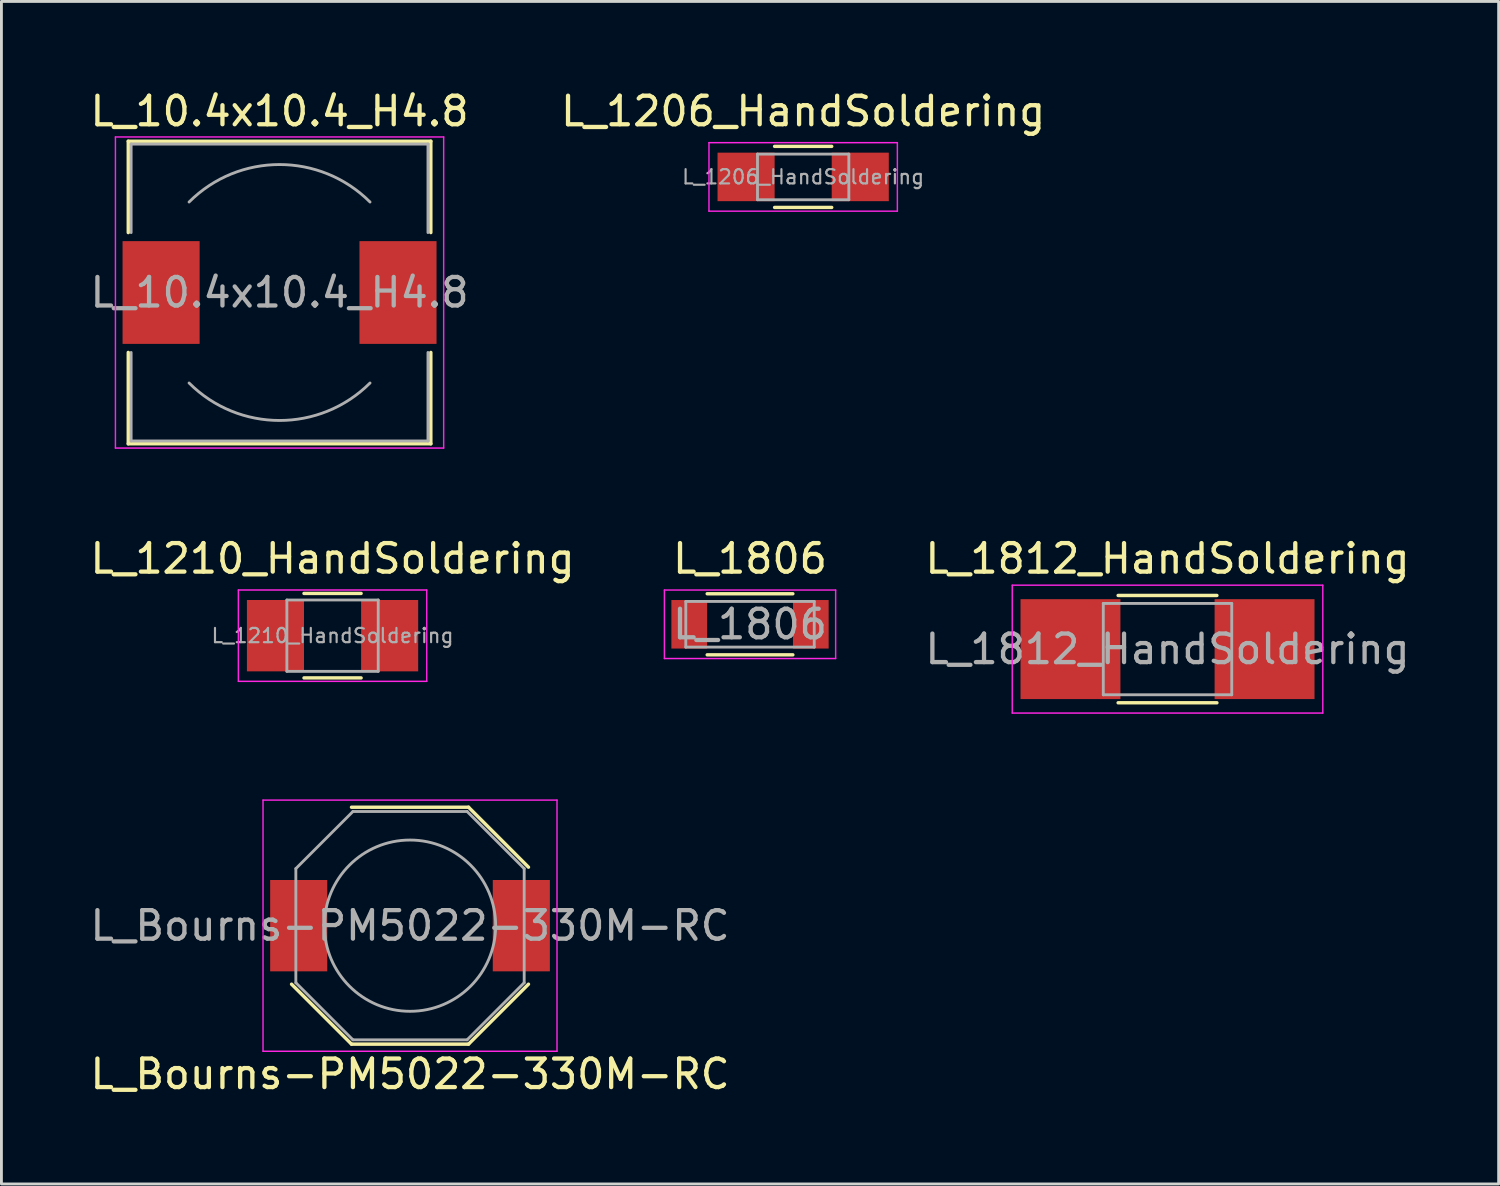
<source format=kicad_pcb>
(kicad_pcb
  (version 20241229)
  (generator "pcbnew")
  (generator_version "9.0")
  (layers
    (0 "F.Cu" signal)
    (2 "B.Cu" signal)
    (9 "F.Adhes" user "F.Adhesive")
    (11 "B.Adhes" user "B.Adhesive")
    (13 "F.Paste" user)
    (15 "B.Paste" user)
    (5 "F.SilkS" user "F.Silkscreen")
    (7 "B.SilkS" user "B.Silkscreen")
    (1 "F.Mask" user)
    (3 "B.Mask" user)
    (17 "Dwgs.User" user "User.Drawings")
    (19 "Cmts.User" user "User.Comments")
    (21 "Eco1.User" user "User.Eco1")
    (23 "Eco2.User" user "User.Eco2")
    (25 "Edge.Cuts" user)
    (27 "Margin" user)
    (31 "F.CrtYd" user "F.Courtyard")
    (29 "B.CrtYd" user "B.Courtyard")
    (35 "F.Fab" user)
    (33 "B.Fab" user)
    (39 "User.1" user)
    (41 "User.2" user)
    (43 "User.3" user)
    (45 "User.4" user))
  (footprint "L_10.4x10.4_H4.8"
    (layer "F.Cu")
    (at 6.744 7.198)
    (property "Reference" "L_10.4x10.4_H4.8" (at 0 -6.35 0) (layer "F.SilkS") (effects (font (size 1 1) (thickness 0.15))))
    (attr smd)
    (fp_line (start -5.3 -5.3) (end 5.3 -5.3) (stroke (width 0.12) (type solid)) (layer "F.SilkS"))
    (fp_line (start -5.3 -2.1) (end -5.3 -5.3) (stroke (width 0.12) (type solid)) (layer "F.SilkS"))
    (fp_line (start -5.3 5.3) (end -5.3 2.1) (stroke (width 0.12) (type solid)) (layer "F.SilkS"))
    (fp_line (start 5.3 -5.3) (end 5.3 -2.1) (stroke (width 0.12) (type solid)) (layer "F.SilkS"))
    (fp_line (start 5.3 2.1) (end 5.3 5.3) (stroke (width 0.12) (type solid)) (layer "F.SilkS"))
    (fp_line (start 5.3 5.3) (end -5.3 5.3) (stroke (width 0.12) (type solid)) (layer "F.SilkS"))
    (fp_line (start -5.75 -5.45) (end -5.75 5.45) (stroke (width 0.05) (type solid)) (layer "F.CrtYd"))
    (fp_line (start -5.75 5.45) (end 5.75 5.45) (stroke (width 0.05) (type solid)) (layer "F.CrtYd"))
    (fp_line (start 5.75 -5.45) (end -5.75 -5.45) (stroke (width 0.05) (type solid)) (layer "F.CrtYd"))
    (fp_line (start 5.75 5.45) (end 5.75 -5.45) (stroke (width 0.05) (type solid)) (layer "F.CrtYd"))
    (fp_line (start -5.2 -5.2) (end -5.2 -2.1) (stroke (width 0.1) (type solid)) (layer "F.Fab"))
    (fp_line (start -5.2 -5.2) (end 5.2 -5.2) (stroke (width 0.1) (type solid)) (layer "F.Fab"))
    (fp_line (start -5.2 5.2) (end -5.2 2.1) (stroke (width 0.1) (type solid)) (layer "F.Fab"))
    (fp_line (start -5.2 5.2) (end 5.2 5.2) (stroke (width 0.1) (type solid)) (layer "F.Fab"))
    (fp_line (start 5.2 -5.2) (end 5.2 -2.1) (stroke (width 0.1) (type solid)) (layer "F.Fab"))
    (fp_line (start 5.2 5.2) (end 5.2 2.1) (stroke (width 0.1) (type solid)) (layer "F.Fab"))
    (fp_arc (start -3.17 -3.17) (mid 0 -4.483057) (end 3.17 -3.17) (stroke (width 0.1) (type solid)) (layer "F.Fab"))
    (fp_arc (start 3.17 3.17) (mid 0 4.483057) (end -3.17 3.17) (stroke (width 0.1) (type solid)) (layer "F.Fab"))
    (fp_text user "${REFERENCE}" (at 0 0 0) (layer "F.Fab") (effects (font (size 1 1) (thickness 0.15))))
    (pad "1" smd rect (at -4.15 0) (size 2.7 3.6) (layers "F.Cu" "F.Mask" "F.Paste"))
    (pad "2" smd rect (at 4.15 0) (size 2.7 3.6) (layers "F.Cu" "F.Mask" "F.Paste")))
  (footprint "L_Bourns-PM5022-330M-RC"
    (layer "F.Cu")
    (at 11.315 29.381)
    (property "Reference" "L_Bourns-PM5022-330M-RC" (at 0 5.2 0) (layer "F.SilkS") (effects (font (size 1 1) (thickness 0.15))))
    (attr smd)
    (fp_line (start -2.05 -4.15) (end 2.05 -4.15) (stroke (width 0.12) (type solid)) (layer "F.SilkS"))
    (fp_line (start -2.05 4.15) (end -4.15 2.05) (stroke (width 0.12) (type solid)) (layer "F.SilkS"))
    (fp_line (start 2.05 -4.15) (end 4.15 -2.05) (stroke (width 0.12) (type solid)) (layer "F.SilkS"))
    (fp_line (start 2.05 4.15) (end -2.05 4.15) (stroke (width 0.12) (type solid)) (layer "F.SilkS"))
    (fp_line (start 2.05 4.15) (end 4.15 2.05) (stroke (width 0.12) (type solid)) (layer "F.SilkS"))
    (fp_line (start -5.15 -4.4) (end 5.15 -4.4) (stroke (width 0.05) (type solid)) (layer "F.CrtYd"))
    (fp_line (start -5.15 4.4) (end -5.15 -4.4) (stroke (width 0.05) (type solid)) (layer "F.CrtYd"))
    (fp_line (start 5.15 -4.4) (end 5.15 4.4) (stroke (width 0.05) (type solid)) (layer "F.CrtYd"))
    (fp_line (start 5.15 4.4) (end -5.15 4.4) (stroke (width 0.05) (type solid)) (layer "F.CrtYd"))
    (fp_line (start -4 -2) (end -2 -4) (stroke (width 0.1) (type solid)) (layer "F.Fab"))
    (fp_line (start -4 2) (end -4 -2) (stroke (width 0.1) (type solid)) (layer "F.Fab"))
    (fp_line (start -2 -4) (end 2 -4) (stroke (width 0.1) (type solid)) (layer "F.Fab"))
    (fp_line (start -2 4) (end -4 2) (stroke (width 0.1) (type solid)) (layer "F.Fab"))
    (fp_line (start 2 -4) (end 4 -2) (stroke (width 0.1) (type solid)) (layer "F.Fab"))
    (fp_line (start 2 4) (end -2 4) (stroke (width 0.1) (type solid)) (layer "F.Fab"))
    (fp_line (start 4 -2) (end 4 2) (stroke (width 0.1) (type solid)) (layer "F.Fab"))
    (fp_line (start 4 2) (end 2 4) (stroke (width 0.1) (type solid)) (layer "F.Fab"))
    (fp_circle (center 0 0) (end 0 -3) (stroke (width 0.1) (type solid)) (fill no) (layer "F.Fab"))
    (fp_text user "${REFERENCE}" (at 0 0 0) (layer "F.Fab") (effects (font (size 1 1) (thickness 0.15))))
    (pad "1" smd rect (at -3.9 0) (size 2 3.2) (layers "F.Cu" "F.Mask" "F.Paste"))
    (pad "2" smd rect (at 3.9 0) (size 2 3.2) (layers "F.Cu" "F.Mask" "F.Paste")))
  (footprint "L_1812_HandSoldering"
    (layer "F.Cu")
    (at 37.854 19.692)
    (property "Reference" "L_1812_HandSoldering" (at 0 -3.17 0) (layer "F.SilkS") (effects (font (size 1 1) (thickness 0.15))))
    (attr smd)
    (fp_line (start -1.73 -1.88) (end 1.73 -1.88) (stroke (width 0.12) (type solid)) (layer "F.SilkS"))
    (fp_line (start -1.73 1.88) (end 1.73 1.88) (stroke (width 0.12) (type solid)) (layer "F.SilkS"))
    (fp_line (start -5.44 -2.24) (end 5.44 -2.24) (stroke (width 0.05) (type solid)) (layer "F.CrtYd"))
    (fp_line (start -5.44 2.24) (end -5.44 -2.24) (stroke (width 0.05) (type solid)) (layer "F.CrtYd"))
    (fp_line (start 5.44 -2.24) (end 5.44 2.24) (stroke (width 0.05) (type solid)) (layer "F.CrtYd"))
    (fp_line (start 5.44 2.24) (end -5.44 2.24) (stroke (width 0.05) (type solid)) (layer "F.CrtYd"))
    (fp_line (start -2.25 -1.6) (end 2.25 -1.6) (stroke (width 0.1) (type solid)) (layer "F.Fab"))
    (fp_line (start -2.25 1.6) (end -2.25 -1.6) (stroke (width 0.1) (type solid)) (layer "F.Fab"))
    (fp_line (start 2.25 -1.6) (end 2.25 1.6) (stroke (width 0.1) (type solid)) (layer "F.Fab"))
    (fp_line (start 2.25 1.6) (end -2.25 1.6) (stroke (width 0.1) (type solid)) (layer "F.Fab"))
    (fp_text user "${REFERENCE}" (at 0 0 0) (layer "F.Fab") (effects (font (size 1 1) (thickness 0.15))))
    (pad "1" smd rect (at -3.4 0) (size 3.5 3.5) (layers "F.Cu" "F.Mask" "F.Paste"))
    (pad "2" smd rect (at 3.4 0) (size 3.5 3.5) (layers "F.Cu" "F.Mask" "F.Paste")))
  (footprint "L_1210_HandSoldering"
    (layer "F.Cu")
    (at 8.601 19.221)
    (property "Reference" "L_1210_HandSoldering" (at 0 -2.7 0) (layer "F.SilkS") (effects (font (size 1 1) (thickness 0.15))))
    (attr smd)
    (fp_line (start -1 -1.48) (end 1 -1.48) (stroke (width 0.12) (type solid)) (layer "F.SilkS"))
    (fp_line (start 1 1.48) (end -1 1.48) (stroke (width 0.12) (type solid)) (layer "F.SilkS"))
    (fp_line (start -3.3 -1.6) (end -3.3 1.6) (stroke (width 0.05) (type solid)) (layer "F.CrtYd"))
    (fp_line (start -3.3 -1.6) (end 3.3 -1.6) (stroke (width 0.05) (type solid)) (layer "F.CrtYd"))
    (fp_line (start -3.3 1.6) (end 3.3 1.6) (stroke (width 0.05) (type solid)) (layer "F.CrtYd"))
    (fp_line (start 3.3 -1.6) (end 3.3 1.6) (stroke (width 0.05) (type solid)) (layer "F.CrtYd"))
    (fp_line (start -1.6 -1.25) (end 1.6 -1.25) (stroke (width 0.1) (type solid)) (layer "F.Fab"))
    (fp_line (start -1.6 1.25) (end -1.6 -1.25) (stroke (width 0.1) (type solid)) (layer "F.Fab"))
    (fp_line (start 1.6 -1.25) (end 1.6 1.25) (stroke (width 0.1) (type solid)) (layer "F.Fab"))
    (fp_line (start 1.6 1.25) (end -1.6 1.25) (stroke (width 0.1) (type solid)) (layer "F.Fab"))
    (fp_text user "${REFERENCE}" (at 0 0 0) (layer "F.Fab") (effects (font (size 0.5 0.5) (thickness 0.075))))
    (pad "1" smd rect (at -2 0) (size 2 2.5) (layers "F.Cu" "F.Mask" "F.Paste"))
    (pad "2" smd rect (at 2 0) (size 2 2.5) (layers "F.Cu" "F.Mask" "F.Paste")))
  (footprint "L_1206_HandSoldering"
    (layer "F.Cu")
    (at 25.089 3.148)
    (property "Reference" "L_1206_HandSoldering" (at 0 -2.3 0) (layer "F.SilkS") (effects (font (size 1 1) (thickness 0.15))))
    (attr smd)
    (fp_line (start -1 -1.07) (end 1 -1.07) (stroke (width 0.12) (type solid)) (layer "F.SilkS"))
    (fp_line (start 1 1.07) (end -1 1.07) (stroke (width 0.12) (type solid)) (layer "F.SilkS"))
    (fp_line (start -3.3 -1.2) (end -3.3 1.2) (stroke (width 0.05) (type solid)) (layer "F.CrtYd"))
    (fp_line (start -3.3 -1.2) (end 3.3 -1.2) (stroke (width 0.05) (type solid)) (layer "F.CrtYd"))
    (fp_line (start -3.3 1.2) (end 3.3 1.2) (stroke (width 0.05) (type solid)) (layer "F.CrtYd"))
    (fp_line (start 3.3 -1.2) (end 3.3 1.2) (stroke (width 0.05) (type solid)) (layer "F.CrtYd"))
    (fp_line (start -1.6 -0.8) (end 1.6 -0.8) (stroke (width 0.1) (type solid)) (layer "F.Fab"))
    (fp_line (start -1.6 0.8) (end -1.6 -0.8) (stroke (width 0.1) (type solid)) (layer "F.Fab"))
    (fp_line (start 1.6 -0.8) (end 1.6 0.8) (stroke (width 0.1) (type solid)) (layer "F.Fab"))
    (fp_line (start 1.6 0.8) (end -1.6 0.8) (stroke (width 0.1) (type solid)) (layer "F.Fab"))
    (fp_text user "${REFERENCE}" (at 0 0 0) (layer "F.Fab") (effects (font (size 0.5 0.5) (thickness 0.075))))
    (pad "1" smd rect (at -2 0) (size 2 1.7) (layers "F.Cu" "F.Mask" "F.Paste"))
    (pad "2" smd rect (at 2 0) (size 2 1.7) (layers "F.Cu" "F.Mask" "F.Paste")))
  (footprint "L_1806"
    (layer "F.Cu")
    (at 23.227 18.822)
    (property "Reference" "L_1806" (at 0 -2.3 0) (layer "F.SilkS") (effects (font (size 1 1) (thickness 0.15))))
    (attr smd)
    (fp_line (start -1.5 -1.07) (end 1.5 -1.07) (stroke (width 0.12) (type solid)) (layer "F.SilkS"))
    (fp_line (start 1.5 1.07) (end -1.5 1.07) (stroke (width 0.12) (type solid)) (layer "F.SilkS"))
    (fp_line (start -3 -1.2) (end -3 1.2) (stroke (width 0.05) (type solid)) (layer "F.CrtYd"))
    (fp_line (start -3 -1.2) (end 3 -1.2) (stroke (width 0.05) (type solid)) (layer "F.CrtYd"))
    (fp_line (start -3 1.2) (end 3 1.2) (stroke (width 0.05) (type solid)) (layer "F.CrtYd"))
    (fp_line (start 3 -1.2) (end 3 1.2) (stroke (width 0.05) (type solid)) (layer "F.CrtYd"))
    (fp_line (start -2.25 -0.8) (end 2.25 -0.8) (stroke (width 0.1) (type solid)) (layer "F.Fab"))
    (fp_line (start -2.25 0.8) (end -2.25 -0.8) (stroke (width 0.1) (type solid)) (layer "F.Fab"))
    (fp_line (start 2.25 -0.8) (end 2.25 0.8) (stroke (width 0.1) (type solid)) (layer "F.Fab"))
    (fp_line (start 2.25 0.8) (end -2.25 0.8) (stroke (width 0.1) (type solid)) (layer "F.Fab"))
    (fp_text user "${REFERENCE}" (at 0 0 0) (layer "F.Fab") (effects (font (size 1 1) (thickness 0.15))))
    (pad "1" smd rect (at -2.13 0) (size 1.25 1.7) (layers "F.Cu" "F.Mask" "F.Paste"))
    (pad "2" smd rect (at 2.13 0) (size 1.25 1.7) (layers "F.Cu" "F.Mask" "F.Paste")))
  (gr_rect
    (start -3 -3)
    (end 49.455 38.43)
    (stroke (width 0.1) (type default))
    (fill no)
    (layer "Edge.Cuts")))
</source>
